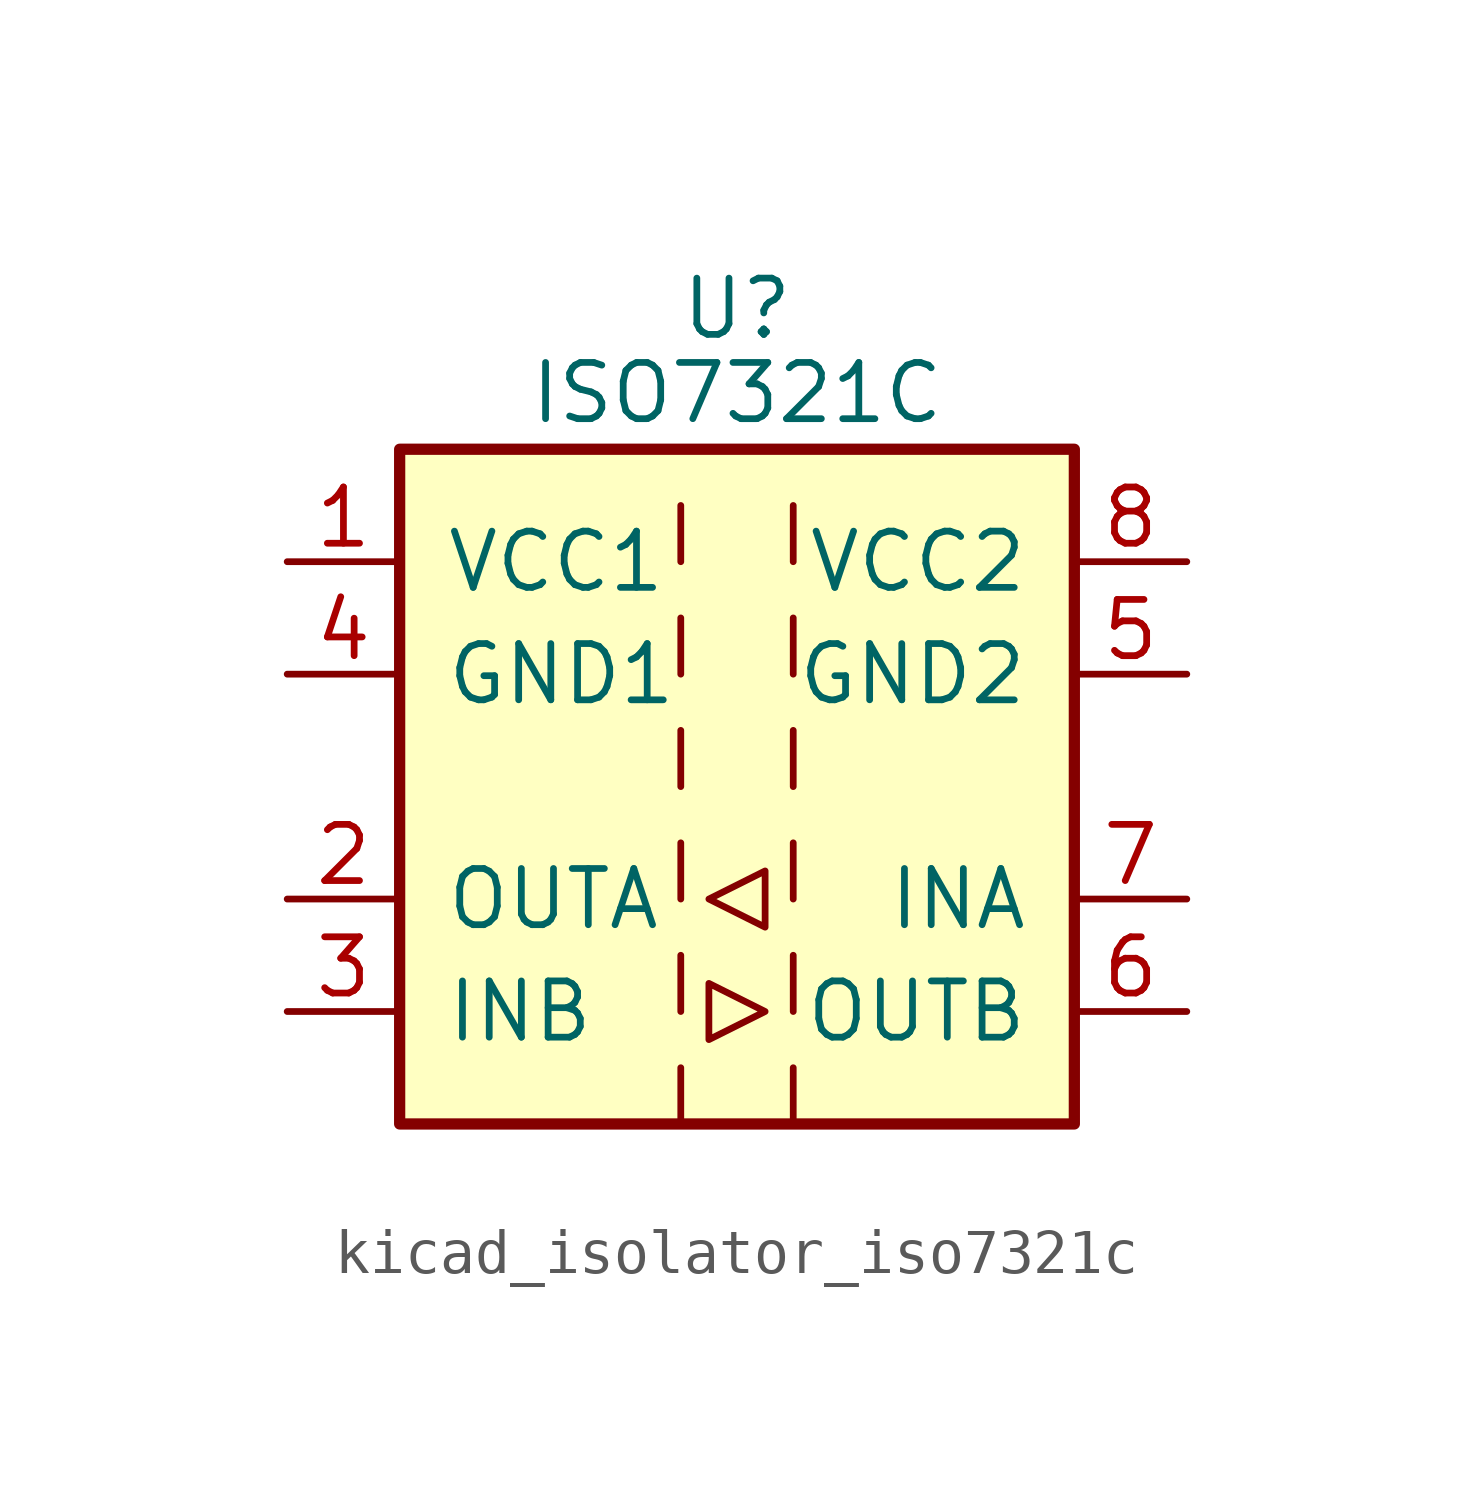
<source format=kicad_sym>
(kicad_symbol_lib
  (version 20220914)
  (generator kicad_symbol_editor)
  (symbol "kicad_isolator_iso7321c"
    (pin_names
      (offset 1.016))
    (property "Reference" "U"
      (at 0 10.795 0)
      (effects (font (size 1.27 1.27))))
    (property "Value" "ISO7321C"
      (at 0 8.89 0)
      (effects (font (size 1.27 1.27))))
    (symbol "kicad_isolator_iso7321c_0_1"
      (rectangle (start -7.62 7.62) (end 7.62 -7.62) (stroke (width 0.254) (type default)) (fill (type background)))
      (polyline (pts (xy -1.27 -6.35) (xy -1.27 -7.62)) (stroke (width 0) (type default)) (fill (type none)))
      (polyline (pts (xy -1.27 -3.81) (xy -1.27 -5.08)) (stroke (width 0) (type default)) (fill (type none)))
      (polyline (pts (xy -1.27 -1.27) (xy -1.27 -2.54)) (stroke (width 0) (type default)) (fill (type none)))
      (polyline (pts (xy -1.27 1.27) (xy -1.27 0)) (stroke (width 0) (type default)) (fill (type none)))
      (polyline (pts (xy -1.27 3.81) (xy -1.27 2.54)) (stroke (width 0) (type default)) (fill (type none)))
      (polyline (pts (xy -1.27 6.35) (xy -1.27 5.08)) (stroke (width 0) (type default)) (fill (type none)))
      (polyline (pts (xy 1.27 -6.35) (xy 1.27 -7.62)) (stroke (width 0) (type default)) (fill (type none)))
      (polyline (pts (xy 1.27 -3.81) (xy 1.27 -5.08)) (stroke (width 0) (type default)) (fill (type none)))
      (polyline (pts (xy 1.27 -1.27) (xy 1.27 -2.54)) (stroke (width 0) (type default)) (fill (type none)))
      (polyline (pts (xy 1.27 1.27) (xy 1.27 0)) (stroke (width 0) (type default)) (fill (type none)))
      (polyline (pts (xy 1.27 3.81) (xy 1.27 2.54)) (stroke (width 0) (type default)) (fill (type none)))
      (polyline (pts (xy 1.27 6.35) (xy 1.27 5.08)) (stroke (width 0) (type default)) (fill (type none)))
      (polyline (pts (xy -0.635 -4.445) (xy -0.635 -5.715) (xy 0.635 -5.08) (xy -0.635 -4.445)) (stroke (width 0) (type default)) (fill (type none)))
      (polyline (pts (xy -0.635 -2.54) (xy 0.635 -1.905) (xy 0.635 -3.175) (xy -0.635 -2.54)) (stroke (width 0) (type default)) (fill (type none))))
    (symbol "kicad_isolator_iso7321c_1_1"
      (pin power_in line (at -10.16 5.08 0) (length 2.54) (name "VCC1" (effects (font (size 1.27 1.27)))) (number "1" (effects (font (size 1.27 1.27)))))
      (pin output line (at -10.16 -2.54 0) (length 2.54) (name "OUTA" (effects (font (size 1.27 1.27)))) (number "2" (effects (font (size 1.27 1.27)))))
      (pin input line (at -10.16 -5.08 0) (length 2.54) (name "INB" (effects (font (size 1.27 1.27)))) (number "3" (effects (font (size 1.27 1.27)))))
      (pin power_in line (at -10.16 2.54 0) (length 2.54) (name "GND1" (effects (font (size 1.27 1.27)))) (number "4" (effects (font (size 1.27 1.27)))))
      (pin power_in line (at 10.16 2.54 180) (length 2.54) (name "GND2" (effects (font (size 1.27 1.27)))) (number "5" (effects (font (size 1.27 1.27)))))
      (pin output line (at 10.16 -5.08 180) (length 2.54) (name "OUTB" (effects (font (size 1.27 1.27)))) (number "6" (effects (font (size 1.27 1.27)))))
      (pin input line (at 10.16 -2.54 180) (length 2.54) (name "INA" (effects (font (size 1.27 1.27)))) (number "7" (effects (font (size 1.27 1.27)))))
      (pin power_in line (at 10.16 5.08 180) (length 2.54) (name "VCC2" (effects (font (size 1.27 1.27)))) (number "8" (effects (font (size 1.27 1.27))))))))
</source>
